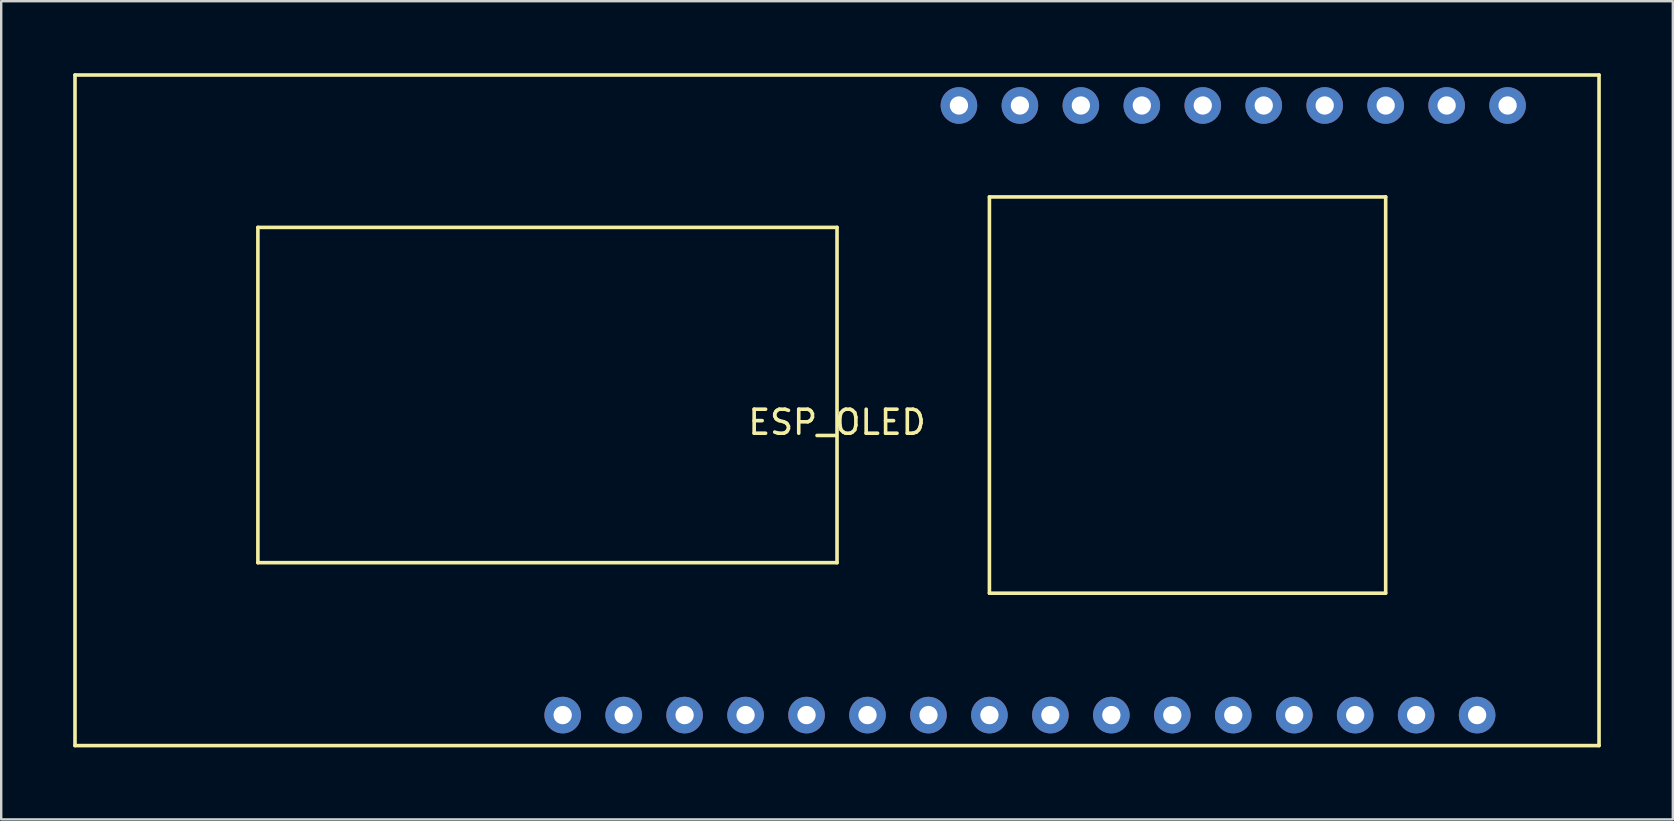
<source format=kicad_pcb>
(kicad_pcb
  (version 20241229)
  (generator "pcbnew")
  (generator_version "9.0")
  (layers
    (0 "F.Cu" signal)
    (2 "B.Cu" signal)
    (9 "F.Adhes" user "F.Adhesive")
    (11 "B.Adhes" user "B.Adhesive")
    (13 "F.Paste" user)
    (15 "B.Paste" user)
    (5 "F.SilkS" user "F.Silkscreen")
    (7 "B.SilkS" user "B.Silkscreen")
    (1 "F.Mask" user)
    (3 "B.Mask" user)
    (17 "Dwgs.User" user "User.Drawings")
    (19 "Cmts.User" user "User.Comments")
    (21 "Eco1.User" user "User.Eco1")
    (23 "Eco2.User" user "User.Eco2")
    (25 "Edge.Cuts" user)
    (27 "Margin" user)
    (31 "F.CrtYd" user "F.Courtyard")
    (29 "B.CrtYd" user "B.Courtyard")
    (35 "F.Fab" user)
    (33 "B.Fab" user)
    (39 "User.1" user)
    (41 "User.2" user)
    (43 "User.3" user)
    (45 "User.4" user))
  (footprint "ESP_OLED"
    (layer "F.Cu")
    (at 31.825 14.045)
    (property "Reference" "ESP_OLED" (at 0 0.5 0) (layer "F.SilkS") (effects (font (size 1 1) (thickness 0.15))))
    (attr through_hole)
    (fp_line (start -31.75 -13.97) (end 31.75 -13.97) (stroke (width 0.15) (type solid)) (layer "F.SilkS"))
    (fp_line (start -31.75 13.97) (end -31.75 -13.97) (stroke (width 0.15) (type solid)) (layer "F.SilkS"))
    (fp_line (start -24.13 -7.62) (end -24.13 6.35) (stroke (width 0.15) (type solid)) (layer "F.SilkS"))
    (fp_line (start -24.13 6.35) (end 0 6.35) (stroke (width 0.15) (type solid)) (layer "F.SilkS"))
    (fp_line (start 0 -7.62) (end -24.13 -7.62) (stroke (width 0.15) (type solid)) (layer "F.SilkS"))
    (fp_line (start 0 6.35) (end 0 -7.62) (stroke (width 0.15) (type solid)) (layer "F.SilkS"))
    (fp_line (start 6.35 -8.89) (end 6.35 7.62) (stroke (width 0.15) (type solid)) (layer "F.SilkS"))
    (fp_line (start 6.35 7.62) (end 22.86 7.62) (stroke (width 0.15) (type solid)) (layer "F.SilkS"))
    (fp_line (start 22.86 -8.89) (end 6.35 -8.89) (stroke (width 0.15) (type solid)) (layer "F.SilkS"))
    (fp_line (start 22.86 7.62) (end 22.86 -8.89) (stroke (width 0.15) (type solid)) (layer "F.SilkS"))
    (fp_line (start 31.75 -13.97) (end 31.75 13.97) (stroke (width 0.15) (type solid)) (layer "F.SilkS"))
    (fp_line (start 31.75 13.97) (end -31.75 13.97) (stroke (width 0.15) (type solid)) (layer "F.SilkS"))
    (pad "1" thru_hole circle (at -11.43 12.7) (size 1.524 1.524) (drill 0.762) (layers "*.Cu" "*.Mask"))
    (pad "2" thru_hole circle (at -8.89 12.7) (size 1.524 1.524) (drill 0.762) (layers "*.Cu" "*.Mask"))
    (pad "3" thru_hole circle (at -6.35 12.7) (size 1.524 1.524) (drill 0.762) (layers "*.Cu" "*.Mask"))
    (pad "4" thru_hole circle (at -3.81 12.7) (size 1.524 1.524) (drill 0.762) (layers "*.Cu" "*.Mask"))
    (pad "5" thru_hole circle (at -1.27 12.7) (size 1.524 1.524) (drill 0.762) (layers "*.Cu" "*.Mask"))
    (pad "6" thru_hole circle (at 1.27 12.7) (size 1.524 1.524) (drill 0.762) (layers "*.Cu" "*.Mask"))
    (pad "7" thru_hole circle (at 3.81 12.7) (size 1.524 1.524) (drill 0.762) (layers "*.Cu" "*.Mask"))
    (pad "8" thru_hole circle (at 6.35 12.7) (size 1.524 1.524) (drill 0.762) (layers "*.Cu" "*.Mask"))
    (pad "9" thru_hole circle (at 8.89 12.7) (size 1.524 1.524) (drill 0.762) (layers "*.Cu" "*.Mask"))
    (pad "10" thru_hole circle (at 11.43 12.7) (size 1.524 1.524) (drill 0.762) (layers "*.Cu" "*.Mask"))
    (pad "11" thru_hole circle (at 13.97 12.7) (size 1.524 1.524) (drill 0.762) (layers "*.Cu" "*.Mask"))
    (pad "12" thru_hole circle (at 16.51 12.7) (size 1.524 1.524) (drill 0.762) (layers "*.Cu" "*.Mask"))
    (pad "13" thru_hole circle (at 19.05 12.7) (size 1.524 1.524) (drill 0.762) (layers "*.Cu" "*.Mask"))
    (pad "14" thru_hole circle (at 21.59 12.7) (size 1.524 1.524) (drill 0.762) (layers "*.Cu" "*.Mask"))
    (pad "15" thru_hole circle (at 24.13 12.7) (size 1.524 1.524) (drill 0.762) (layers "*.Cu" "*.Mask"))
    (pad "16" thru_hole circle (at 26.67 12.7) (size 1.524 1.524) (drill 0.762) (layers "*.Cu" "*.Mask"))
    (pad "17" thru_hole circle (at 27.94 -12.7) (size 1.524 1.524) (drill 0.762) (layers "*.Cu" "*.Mask"))
    (pad "18" thru_hole circle (at 25.4 -12.7) (size 1.524 1.524) (drill 0.762) (layers "*.Cu" "*.Mask"))
    (pad "19" thru_hole circle (at 22.86 -12.7) (size 1.524 1.524) (drill 0.762) (layers "*.Cu" "*.Mask"))
    (pad "20" thru_hole circle (at 20.32 -12.7) (size 1.524 1.524) (drill 0.762) (layers "*.Cu" "*.Mask"))
    (pad "21" thru_hole circle (at 17.78 -12.7) (size 1.524 1.524) (drill 0.762) (layers "*.Cu" "*.Mask"))
    (pad "22" thru_hole circle (at 15.24 -12.7) (size 1.524 1.524) (drill 0.762) (layers "*.Cu" "*.Mask"))
    (pad "23" thru_hole circle (at 12.7 -12.7) (size 1.524 1.524) (drill 0.762) (layers "*.Cu" "*.Mask"))
    (pad "24" thru_hole circle (at 10.16 -12.7) (size 1.524 1.524) (drill 0.762) (layers "*.Cu" "*.Mask"))
    (pad "25" thru_hole circle (at 7.62 -12.7) (size 1.524 1.524) (drill 0.762) (layers "*.Cu" "*.Mask"))
    (pad "26" thru_hole circle (at 5.08 -12.7) (size 1.524 1.524) (drill 0.762) (layers "*.Cu" "*.Mask")))
  (gr_rect
    (start -3 -3)
    (end 66.65 31.09)
    (stroke (width 0.1) (type default))
    (fill no)
    (layer "Edge.Cuts")))
</source>
